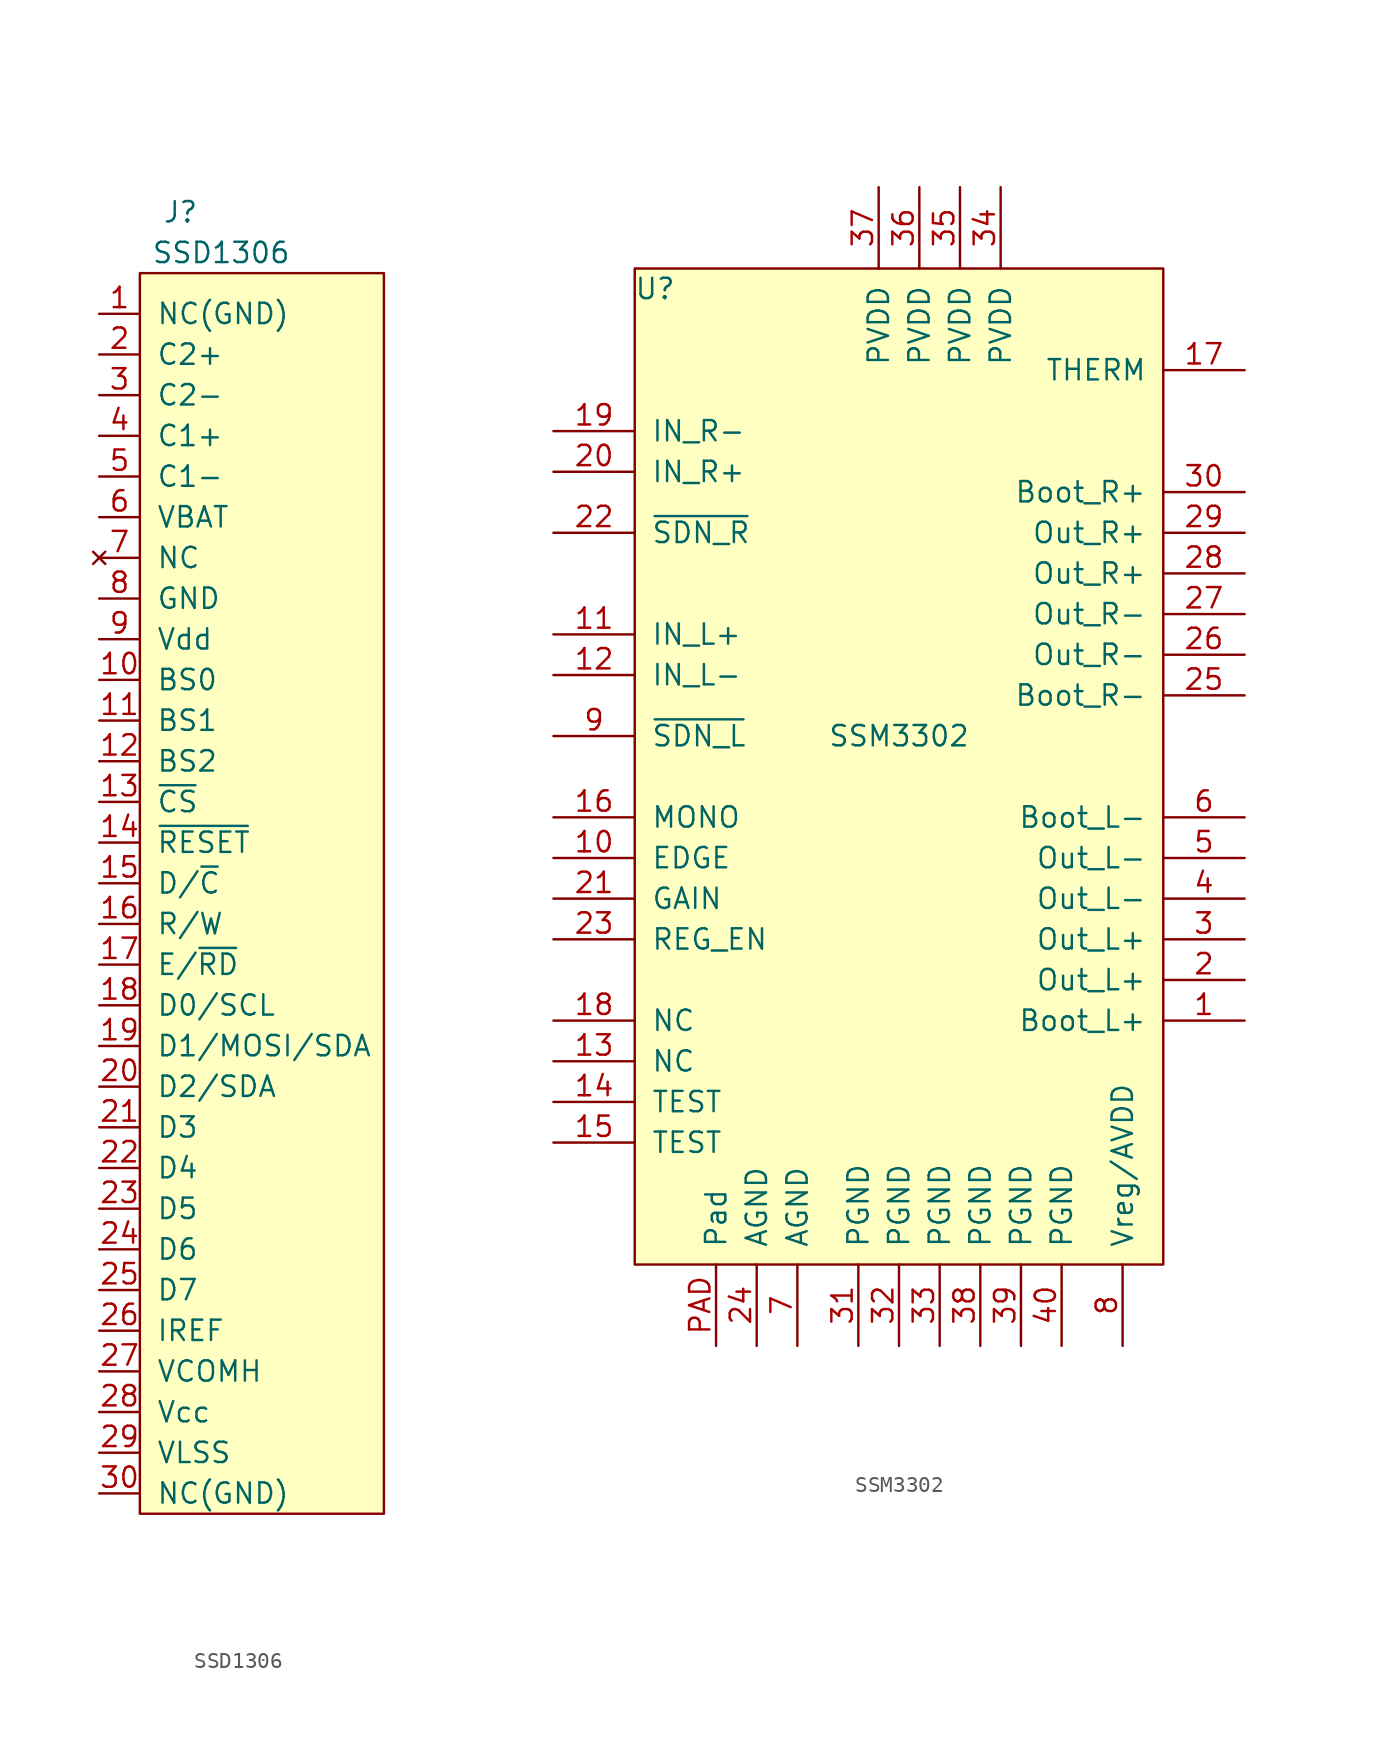
<source format=kicad_sym>
(kicad_symbol_lib
  (version 20210619)
  (generator kicad_symbol_editor)
  (symbol "Maxted Libs:SSD1306"
    (pin_names
      (offset 1.016))
    (property "Reference" "J"
      (at 5.08 43.18 0)
      (effects (font (size 1.27 1.27))))
    (property "Value" "SSD1306"
      (at 7.62 40.64 0)
      (effects (font (size 1.27 1.27))))
    (symbol "SSD1306_0_1"
      (rectangle (start 2.54 39.37) (end 17.78 -38.1) (stroke (width 0)) (fill (type background))))
    (symbol "SSD1306_1_1"
      (pin passive line (at 0 36.83 0) (length 2.54) (name "NC(GND)" (effects (font (size 1.27 1.27)))) (number "1" (effects (font (size 1.27 1.27)))))
      (pin input line (at 0 13.97 0) (length 2.54) (name "BS0" (effects (font (size 1.27 1.27)))) (number "10" (effects (font (size 1.27 1.27)))))
      (pin input line (at 0 11.43 0) (length 2.54) (name "BS1" (effects (font (size 1.27 1.27)))) (number "11" (effects (font (size 1.27 1.27)))))
      (pin input line (at 0 8.89 0) (length 2.54) (name "BS2" (effects (font (size 1.27 1.27)))) (number "12" (effects (font (size 1.27 1.27)))))
      (pin input line (at 0 6.35 0) (length 2.54) (name "~{CS}" (effects (font (size 1.27 1.27)))) (number "13" (effects (font (size 1.27 1.27)))))
      (pin input line (at 0 3.81 0) (length 2.54) (name "~{RESET}" (effects (font (size 1.27 1.27)))) (number "14" (effects (font (size 1.27 1.27)))))
      (pin input line (at 0 1.27 0) (length 2.54) (name "D/~{C}" (effects (font (size 1.27 1.27)))) (number "15" (effects (font (size 1.27 1.27)))))
      (pin input line (at 0 -1.27 0) (length 2.54) (name "R/W" (effects (font (size 1.27 1.27)))) (number "16" (effects (font (size 1.27 1.27)))))
      (pin input line (at 0 -3.81 0) (length 2.54) (name "E/~{RD}" (effects (font (size 1.27 1.27)))) (number "17" (effects (font (size 1.27 1.27)))))
      (pin bidirectional line (at 0 -6.35 0) (length 2.54) (name "D0/SCL" (effects (font (size 1.27 1.27)))) (number "18" (effects (font (size 1.27 1.27)))))
      (pin bidirectional line (at 0 -8.89 0) (length 2.54) (name "D1/MOSI/SDA" (effects (font (size 1.27 1.27)))) (number "19" (effects (font (size 1.27 1.27)))))
      (pin passive line (at 0 34.29 0) (length 2.54) (name "C2+" (effects (font (size 1.27 1.27)))) (number "2" (effects (font (size 1.27 1.27)))))
      (pin bidirectional line (at 0 -11.43 0) (length 2.54) (name "D2/SDA" (effects (font (size 1.27 1.27)))) (number "20" (effects (font (size 1.27 1.27)))))
      (pin bidirectional line (at 0 -13.97 0) (length 2.54) (name "D3" (effects (font (size 1.27 1.27)))) (number "21" (effects (font (size 1.27 1.27)))))
      (pin bidirectional line (at 0 -16.51 0) (length 2.54) (name "D4" (effects (font (size 1.27 1.27)))) (number "22" (effects (font (size 1.27 1.27)))))
      (pin bidirectional line (at 0 -19.05 0) (length 2.54) (name "D5" (effects (font (size 1.27 1.27)))) (number "23" (effects (font (size 1.27 1.27)))))
      (pin bidirectional line (at 0 -21.59 0) (length 2.54) (name "D6" (effects (font (size 1.27 1.27)))) (number "24" (effects (font (size 1.27 1.27)))))
      (pin bidirectional line (at 0 -24.13 0) (length 2.54) (name "D7" (effects (font (size 1.27 1.27)))) (number "25" (effects (font (size 1.27 1.27)))))
      (pin passive line (at 0 -26.67 0) (length 2.54) (name "IREF" (effects (font (size 1.27 1.27)))) (number "26" (effects (font (size 1.27 1.27)))))
      (pin passive line (at 0 -29.21 0) (length 2.54) (name "VCOMH" (effects (font (size 1.27 1.27)))) (number "27" (effects (font (size 1.27 1.27)))))
      (pin passive line (at 0 -31.75 0) (length 2.54) (name "Vcc" (effects (font (size 1.27 1.27)))) (number "28" (effects (font (size 1.27 1.27)))))
      (pin power_in line (at 0 -34.29 0) (length 2.54) (name "VLSS" (effects (font (size 1.27 1.27)))) (number "29" (effects (font (size 1.27 1.27)))))
      (pin passive line (at 0 31.75 0) (length 2.54) (name "C2-" (effects (font (size 1.27 1.27)))) (number "3" (effects (font (size 1.27 1.27)))))
      (pin passive line (at 0 -36.83 0) (length 2.54) (name "NC(GND)" (effects (font (size 1.27 1.27)))) (number "30" (effects (font (size 1.27 1.27)))))
      (pin passive line (at 0 29.21 0) (length 2.54) (name "C1+" (effects (font (size 1.27 1.27)))) (number "4" (effects (font (size 1.27 1.27)))))
      (pin passive line (at 0 26.67 0) (length 2.54) (name "C1-" (effects (font (size 1.27 1.27)))) (number "5" (effects (font (size 1.27 1.27)))))
      (pin power_in line (at 0 24.13 0) (length 2.54) (name "VBAT" (effects (font (size 1.27 1.27)))) (number "6" (effects (font (size 1.27 1.27)))))
      (pin no_connect line (at 0 21.59 0) (length 2.54) (name "NC" (effects (font (size 1.27 1.27)))) (number "7" (effects (font (size 1.27 1.27)))))
      (pin power_in line (at 0 19.05 0) (length 2.54) (name "GND" (effects (font (size 1.27 1.27)))) (number "8" (effects (font (size 1.27 1.27)))))
      (pin power_in line (at 0 16.51 0) (length 2.54) (name "Vdd" (effects (font (size 1.27 1.27)))) (number "9" (effects (font (size 1.27 1.27)))))))
  (symbol "Maxted Libs:SSM3302"
    (pin_names
      (offset 1.016))
    (property "Reference" "U"
      (at -15.24 29.21 0)
      (effects (font (size 1.27 1.27))))
    (property "Value" "SSM3302"
      (at 0 1.27 0)
      (effects (font (size 1.27 1.27))))
    (symbol "SSM3302_0_1"
      (rectangle (start -16.51 30.48) (end 16.51 -31.75) (stroke (width 0)) (fill (type background))))
    (symbol "SSM3302_1_1"
      (pin input line (at 21.59 -16.51 180) (length 5.08) (name "Boot_L+" (effects (font (size 1.27 1.27)))) (number "1" (effects (font (size 1.27 1.27)))))
      (pin input line (at -21.59 -6.35 0) (length 5.08) (name "EDGE" (effects (font (size 1.27 1.27)))) (number "10" (effects (font (size 1.27 1.27)))))
      (pin input line (at -21.59 7.62 0) (length 5.08) (name "IN_L+" (effects (font (size 1.27 1.27)))) (number "11" (effects (font (size 1.27 1.27)))))
      (pin input line (at -21.59 5.08 0) (length 5.08) (name "IN_L-" (effects (font (size 1.27 1.27)))) (number "12" (effects (font (size 1.27 1.27)))))
      (pin input line (at -21.59 -19.05 0) (length 5.08) (name "NC" (effects (font (size 1.27 1.27)))) (number "13" (effects (font (size 1.27 1.27)))))
      (pin input line (at -21.59 -21.59 0) (length 5.08) (name "TEST" (effects (font (size 1.27 1.27)))) (number "14" (effects (font (size 1.27 1.27)))))
      (pin input line (at -21.59 -24.13 0) (length 5.08) (name "TEST" (effects (font (size 1.27 1.27)))) (number "15" (effects (font (size 1.27 1.27)))))
      (pin input line (at -21.59 -3.81 0) (length 5.08) (name "MONO" (effects (font (size 1.27 1.27)))) (number "16" (effects (font (size 1.27 1.27)))))
      (pin input line (at 21.59 24.13 180) (length 5.08) (name "THERM" (effects (font (size 1.27 1.27)))) (number "17" (effects (font (size 1.27 1.27)))))
      (pin input line (at -21.59 -16.51 0) (length 5.08) (name "NC" (effects (font (size 1.27 1.27)))) (number "18" (effects (font (size 1.27 1.27)))))
      (pin input line (at -21.59 20.32 0) (length 5.08) (name "IN_R-" (effects (font (size 1.27 1.27)))) (number "19" (effects (font (size 1.27 1.27)))))
      (pin input line (at 21.59 -13.97 180) (length 5.08) (name "Out_L+" (effects (font (size 1.27 1.27)))) (number "2" (effects (font (size 1.27 1.27)))))
      (pin input line (at -21.59 17.78 0) (length 5.08) (name "IN_R+" (effects (font (size 1.27 1.27)))) (number "20" (effects (font (size 1.27 1.27)))))
      (pin input line (at -21.59 -8.89 0) (length 5.08) (name "GAIN" (effects (font (size 1.27 1.27)))) (number "21" (effects (font (size 1.27 1.27)))))
      (pin input line (at -21.59 13.97 0) (length 5.08) (name "~{SDN_R}" (effects (font (size 1.27 1.27)))) (number "22" (effects (font (size 1.27 1.27)))))
      (pin input line (at -21.59 -11.43 0) (length 5.08) (name "REG_EN" (effects (font (size 1.27 1.27)))) (number "23" (effects (font (size 1.27 1.27)))))
      (pin input line (at -8.89 -36.83 90) (length 5.08) (name "AGND" (effects (font (size 1.27 1.27)))) (number "24" (effects (font (size 1.27 1.27)))))
      (pin input line (at 21.59 3.81 180) (length 5.08) (name "Boot_R-" (effects (font (size 1.27 1.27)))) (number "25" (effects (font (size 1.27 1.27)))))
      (pin input line (at 21.59 6.35 180) (length 5.08) (name "Out_R-" (effects (font (size 1.27 1.27)))) (number "26" (effects (font (size 1.27 1.27)))))
      (pin input line (at 21.59 8.89 180) (length 5.08) (name "Out_R-" (effects (font (size 1.27 1.27)))) (number "27" (effects (font (size 1.27 1.27)))))
      (pin input line (at 21.59 11.43 180) (length 5.08) (name "Out_R+" (effects (font (size 1.27 1.27)))) (number "28" (effects (font (size 1.27 1.27)))))
      (pin input line (at 21.59 13.97 180) (length 5.08) (name "Out_R+" (effects (font (size 1.27 1.27)))) (number "29" (effects (font (size 1.27 1.27)))))
      (pin input line (at 21.59 -11.43 180) (length 5.08) (name "Out_L+" (effects (font (size 1.27 1.27)))) (number "3" (effects (font (size 1.27 1.27)))))
      (pin input line (at 21.59 16.51 180) (length 5.08) (name "Boot_R+" (effects (font (size 1.27 1.27)))) (number "30" (effects (font (size 1.27 1.27)))))
      (pin input line (at -2.54 -36.83 90) (length 5.08) (name "PGND" (effects (font (size 1.27 1.27)))) (number "31" (effects (font (size 1.27 1.27)))))
      (pin input line (at 0 -36.83 90) (length 5.08) (name "PGND" (effects (font (size 1.27 1.27)))) (number "32" (effects (font (size 1.27 1.27)))))
      (pin input line (at 2.54 -36.83 90) (length 5.08) (name "PGND" (effects (font (size 1.27 1.27)))) (number "33" (effects (font (size 1.27 1.27)))))
      (pin input line (at 6.35 35.56 270) (length 5.08) (name "PVDD" (effects (font (size 1.27 1.27)))) (number "34" (effects (font (size 1.27 1.27)))))
      (pin input line (at 3.81 35.56 270) (length 5.08) (name "PVDD" (effects (font (size 1.27 1.27)))) (number "35" (effects (font (size 1.27 1.27)))))
      (pin input line (at 1.27 35.56 270) (length 5.08) (name "PVDD" (effects (font (size 1.27 1.27)))) (number "36" (effects (font (size 1.27 1.27)))))
      (pin input line (at -1.27 35.56 270) (length 5.08) (name "PVDD" (effects (font (size 1.27 1.27)))) (number "37" (effects (font (size 1.27 1.27)))))
      (pin input line (at 5.08 -36.83 90) (length 5.08) (name "PGND" (effects (font (size 1.27 1.27)))) (number "38" (effects (font (size 1.27 1.27)))))
      (pin input line (at 7.62 -36.83 90) (length 5.08) (name "PGND" (effects (font (size 1.27 1.27)))) (number "39" (effects (font (size 1.27 1.27)))))
      (pin input line (at 21.59 -8.89 180) (length 5.08) (name "Out_L-" (effects (font (size 1.27 1.27)))) (number "4" (effects (font (size 1.27 1.27)))))
      (pin input line (at 10.16 -36.83 90) (length 5.08) (name "PGND" (effects (font (size 1.27 1.27)))) (number "40" (effects (font (size 1.27 1.27)))))
      (pin input line (at 21.59 -6.35 180) (length 5.08) (name "Out_L-" (effects (font (size 1.27 1.27)))) (number "5" (effects (font (size 1.27 1.27)))))
      (pin input line (at 21.59 -3.81 180) (length 5.08) (name "Boot_L-" (effects (font (size 1.27 1.27)))) (number "6" (effects (font (size 1.27 1.27)))))
      (pin input line (at -6.35 -36.83 90) (length 5.08) (name "AGND" (effects (font (size 1.27 1.27)))) (number "7" (effects (font (size 1.27 1.27)))))
      (pin input line (at 13.97 -36.83 90) (length 5.08) (name "Vreg/AVDD" (effects (font (size 1.27 1.27)))) (number "8" (effects (font (size 1.27 1.27)))))
      (pin input line (at -21.59 1.27 0) (length 5.08) (name "~{SDN_L}" (effects (font (size 1.27 1.27)))) (number "9" (effects (font (size 1.27 1.27)))))
      (pin input line (at -11.43 -36.83 90) (length 5.08) (name "Pad" (effects (font (size 1.27 1.27)))) (number "PAD" (effects (font (size 1.27 1.27))))))))
</source>
